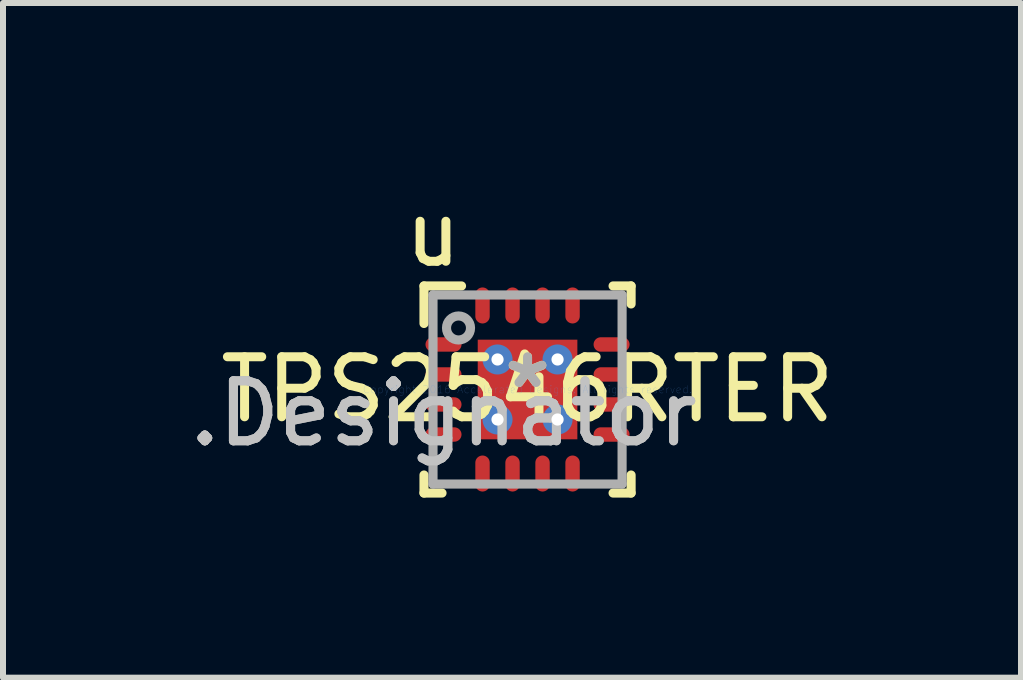
<source format=kicad_pcb>
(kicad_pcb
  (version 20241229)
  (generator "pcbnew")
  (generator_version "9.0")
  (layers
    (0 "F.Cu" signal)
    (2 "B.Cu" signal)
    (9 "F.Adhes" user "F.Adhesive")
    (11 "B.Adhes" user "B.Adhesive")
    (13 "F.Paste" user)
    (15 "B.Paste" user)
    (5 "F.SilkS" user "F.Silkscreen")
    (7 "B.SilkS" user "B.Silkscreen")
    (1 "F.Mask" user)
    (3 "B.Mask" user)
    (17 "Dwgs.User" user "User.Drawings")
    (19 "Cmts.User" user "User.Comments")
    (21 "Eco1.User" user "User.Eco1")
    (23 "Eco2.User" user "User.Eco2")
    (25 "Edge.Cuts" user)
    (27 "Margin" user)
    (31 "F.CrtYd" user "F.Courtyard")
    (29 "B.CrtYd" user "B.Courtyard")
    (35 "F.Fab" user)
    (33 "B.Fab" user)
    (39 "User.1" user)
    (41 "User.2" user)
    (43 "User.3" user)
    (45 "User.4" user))
  (footprint "TPS2546RTER"
    (layer "F.Cu")
    (at 5.739 3.439)
    (property "Reference" "TPS2546RTER" (at 0 0 0) (layer "F.SilkS") (effects (font (size 1 1) (thickness 0.15))))
    (attr through_hole)
    (fp_line (start -1.725 -1.725) (end -1.1 -1.725) (stroke (width 0.152) (type solid)) (layer "F.SilkS"))
    (fp_line (start -1.725 -1.1) (end -1.725 -1.725) (stroke (width 0.152) (type solid)) (layer "F.SilkS"))
    (fp_line (start -1.725 1.725) (end -1.725 1.425) (stroke (width 0.152) (type solid)) (layer "F.SilkS"))
    (fp_line (start -1.725 1.725) (end -1.425 1.725) (stroke (width 0.152) (type solid)) (layer "F.SilkS"))
    (fp_line (start 1.425 -1.725) (end 1.725 -1.725) (stroke (width 0.152) (type solid)) (layer "F.SilkS"))
    (fp_line (start 1.425 1.725) (end 1.725 1.725) (stroke (width 0.152) (type solid)) (layer "F.SilkS"))
    (fp_line (start 1.725 -1.425) (end 1.725 -1.725) (stroke (width 0.152) (type solid)) (layer "F.SilkS"))
    (fp_line (start 1.725 1.725) (end 1.725 1.425) (stroke (width 0.152) (type solid)) (layer "F.SilkS"))
    (fp_line (start -0.756 -0.756) (end -0.756 0.756) (stroke (width 0.152) (type solid)) (layer "F.Paste"))
    (fp_line (start -0.756 0.756) (end 0.756 0.756) (stroke (width 0.152) (type solid)) (layer "F.Paste"))
    (fp_line (start 0.756 -0.756) (end -0.756 -0.756) (stroke (width 0.152) (type solid)) (layer "F.Paste"))
    (fp_line (start 0.756 0.756) (end 0.756 -0.756) (stroke (width 0.152) (type solid)) (layer "F.Paste"))
    (fp_line (start -1.575 -1.575) (end 1.575 -1.575) (stroke (width 0.152) (type solid)) (layer "F.Fab"))
    (fp_line (start -1.575 1.575) (end -1.575 -1.575) (stroke (width 0.152) (type solid)) (layer "F.Fab"))
    (fp_line (start -1.575 1.575) (end 1.575 1.575) (stroke (width 0.152) (type solid)) (layer "F.Fab"))
    (fp_line (start 1.575 1.575) (end 1.575 -1.575) (stroke (width 0.152) (type solid)) (layer "F.Fab"))
    (fp_circle (center -1.15 -1.025) (end -0.95 -1.025) (stroke (width 0.152) (type solid)) (fill no) (layer "F.Fab"))
    (fp_text user "*" (at 0 0 0) (layer "F.SilkS") (effects (font (size 1 1) (thickness 0.15))))
    (fp_text user "u" (at -1.575 -2.591 0) (layer "F.SilkS") (effects (font (size 1 1) (thickness 0.15))))
    (fp_text user ".Designator" (at -1.4 0.4 0) (layer "Dwgs.User") (effects (font (size 1 1) (thickness 0.15))))
    (fp_text user "Copyright 2016 Accelerated Designs. All rights reserved." (at 0 0 0) (layer "Cmts.User") (effects (font (size 0.127 0.127) (thickness 0.002))))
    (fp_text user ".Designator" (at -1.4 0.4 0) (layer "F.Fab") (effects (font (size 1 1) (thickness 0.15))))
    (fp_text user "*" (at 0 0 0) (layer "F.Fab") (effects (font (size 1 1) (thickness 0.15))))
    (pad "1" smd oval (at -1.4 -0.75) (size 0.6 0.24) (layers "F.Cu" "F.Mask" "F.Paste"))
    (pad "2" smd oval (at -1.4 -0.25) (size 0.6 0.24) (layers "F.Cu" "F.Mask" "F.Paste"))
    (pad "3" smd oval (at -1.4 0.25) (size 0.6 0.24) (layers "F.Cu" "F.Mask" "F.Paste"))
    (pad "4" smd oval (at -1.4 0.75) (size 0.6 0.24) (layers "F.Cu" "F.Mask" "F.Paste"))
    (pad "5" smd oval (at -0.75 1.4 90) (size 0.6 0.24) (layers "F.Cu" "F.Mask" "F.Paste"))
    (pad "6" smd oval (at -0.25 1.4 90) (size 0.6 0.24) (layers "F.Cu" "F.Mask" "F.Paste"))
    (pad "7" smd oval (at 0.25 1.4 90) (size 0.6 0.24) (layers "F.Cu" "F.Mask" "F.Paste"))
    (pad "8" smd oval (at 0.75 1.4 90) (size 0.6 0.24) (layers "F.Cu" "F.Mask" "F.Paste"))
    (pad "9" smd oval (at 1.4 0.75) (size 0.6 0.24) (layers "F.Cu" "F.Mask" "F.Paste"))
    (pad "10" smd oval (at 1.4 0.25) (size 0.6 0.24) (layers "F.Cu" "F.Mask" "F.Paste"))
    (pad "11" smd oval (at 1.4 -0.25) (size 0.6 0.24) (layers "F.Cu" "F.Mask" "F.Paste"))
    (pad "12" smd oval (at 1.4 -0.75) (size 0.6 0.24) (layers "F.Cu" "F.Mask" "F.Paste"))
    (pad "13" smd oval (at 0.75 -1.4 90) (size 0.6 0.24) (layers "F.Cu" "F.Mask" "F.Paste"))
    (pad "14" smd oval (at 0.25 -1.4 90) (size 0.6 0.24) (layers "F.Cu" "F.Mask" "F.Paste"))
    (pad "15" smd oval (at -0.25 -1.4 90) (size 0.6 0.24) (layers "F.Cu" "F.Mask" "F.Paste"))
    (pad "16" smd oval (at -0.75 -1.4 90) (size 0.6 0.24) (layers "F.Cu" "F.Mask" "F.Paste"))
    (pad "17" smd rect (at 0 0) (size 1.66 1.66) (layers "F.Cu" "F.Mask" "F.Paste"))
    (pad "V" thru_hole circle (at -0.5 -0.5) (size 0.5 0.5) (drill 0.203) (layers "*.Cu" "*.Mask"))
    (pad "V" thru_hole circle (at -0.5 0.5) (size 0.5 0.5) (drill 0.203) (layers "*.Cu" "*.Mask"))
    (pad "V" thru_hole circle (at 0.5 -0.5) (size 0.5 0.5) (drill 0.203) (layers "*.Cu" "*.Mask"))
    (pad "V" thru_hole circle (at 0.5 0.5) (size 0.5 0.5) (drill 0.203) (layers "*.Cu" "*.Mask")))
  (gr_rect
    (start -3 -3)
    (end 13.96 8.24)
    (stroke (width 0.1) (type default))
    (fill no)
    (layer "Edge.Cuts")))
</source>
